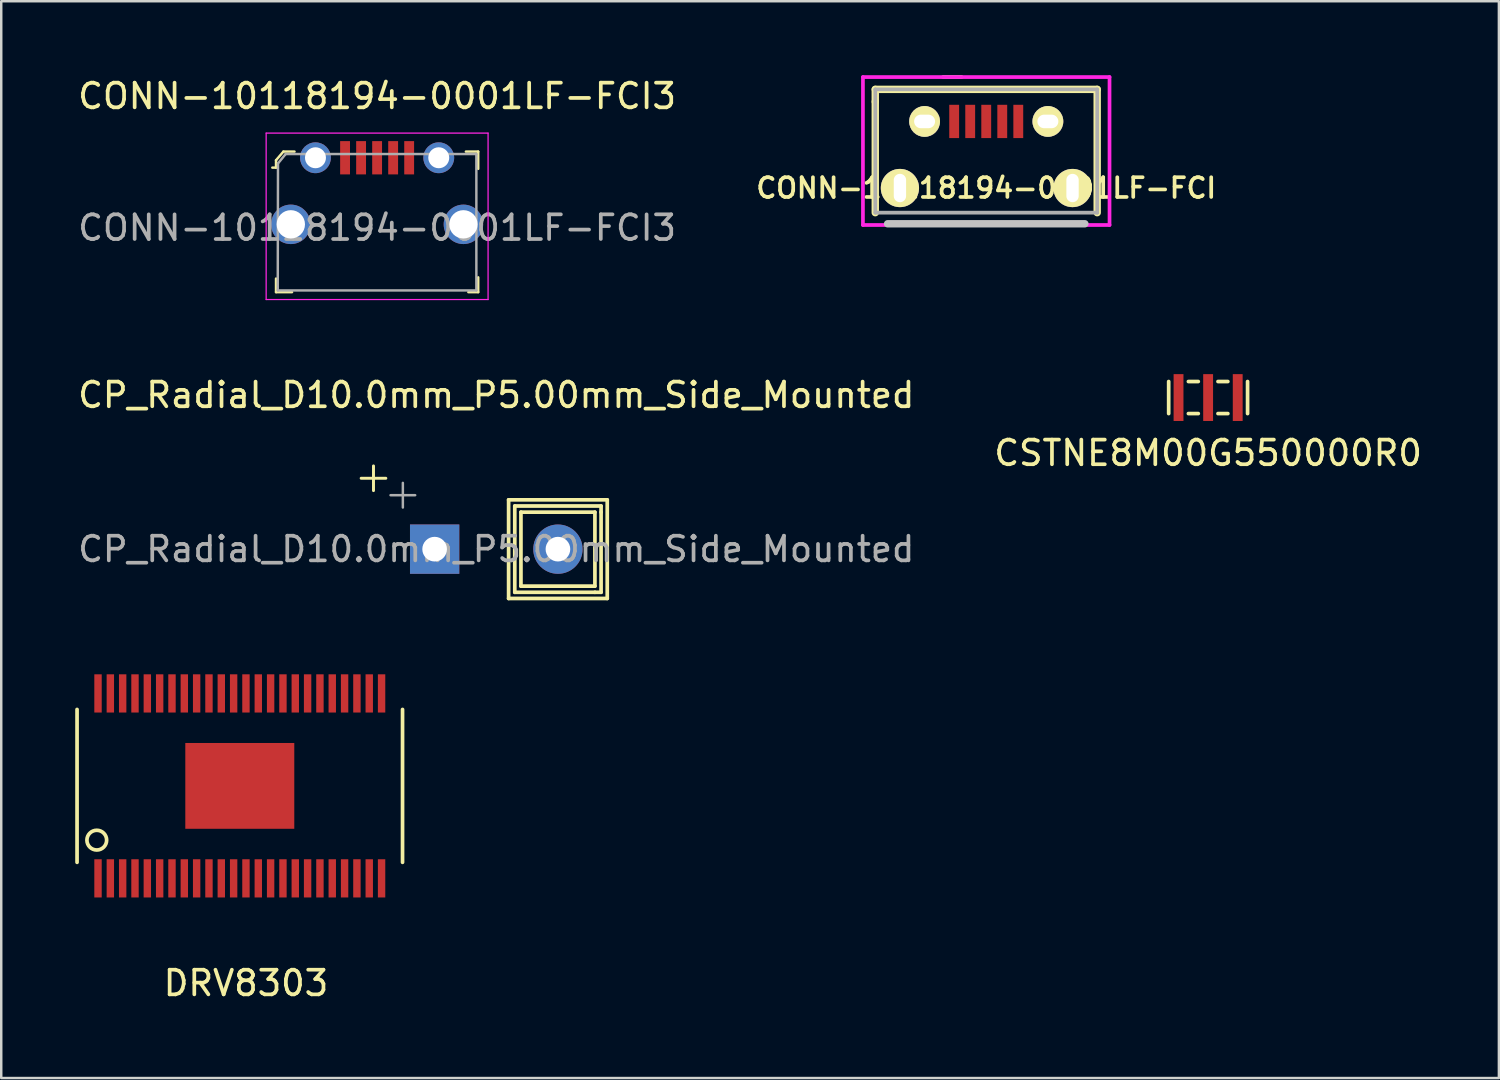
<source format=kicad_pcb>
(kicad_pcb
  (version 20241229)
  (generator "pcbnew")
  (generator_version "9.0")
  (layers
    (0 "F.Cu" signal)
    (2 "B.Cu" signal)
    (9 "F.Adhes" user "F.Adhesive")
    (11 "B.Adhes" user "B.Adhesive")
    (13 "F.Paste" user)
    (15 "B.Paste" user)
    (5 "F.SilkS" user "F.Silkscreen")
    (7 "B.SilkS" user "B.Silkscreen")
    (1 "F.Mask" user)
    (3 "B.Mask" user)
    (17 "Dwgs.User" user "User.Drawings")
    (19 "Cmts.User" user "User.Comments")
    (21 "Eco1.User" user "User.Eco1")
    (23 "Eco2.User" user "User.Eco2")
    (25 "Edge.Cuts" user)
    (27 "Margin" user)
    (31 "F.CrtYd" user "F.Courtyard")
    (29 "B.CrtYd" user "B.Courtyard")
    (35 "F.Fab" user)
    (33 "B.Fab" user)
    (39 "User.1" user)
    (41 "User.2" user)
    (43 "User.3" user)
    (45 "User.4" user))
  (footprint "CONN-10118194-0001LF-FCI"
    (layer "F.Cu")
    (at 36.947 4.575)
    (property "Reference" "CONN-10118194-0001LF-FCI" (at 0 0 0) (layer "F.SilkS") (effects (font (size 0.8 0.8) (thickness 0.15))))
    (attr smd)
    (fp_line (start -4.5 -4) (end 4.5 -4) (stroke (width 0.3) (type solid)) (layer "F.SilkS"))
    (fp_line (start -4.5 -3.5) (end -4.5 -4) (stroke (width 0.3) (type solid)) (layer "F.SilkS"))
    (fp_line (start -4.5 1) (end -4.5 -3.5) (stroke (width 0.3) (type solid)) (layer "F.SilkS"))
    (fp_line (start -1.75 -4.5) (end -1 -4.5) (stroke (width 0.15) (type solid)) (layer "F.SilkS"))
    (fp_line (start 4.5 -4) (end 4.5 1) (stroke (width 0.3) (type solid)) (layer "F.SilkS"))
    (fp_line (start -4 1.45) (end 4 1.45) (stroke (width 0.3) (type solid)) (layer "Dwgs.User"))
    (fp_line (start -5 -4.5) (end 5 -4.5) (stroke (width 0.15) (type solid)) (layer "F.CrtYd"))
    (fp_line (start -5 1.5) (end -5 -4.5) (stroke (width 0.15) (type solid)) (layer "F.CrtYd"))
    (fp_line (start 5 -4.5) (end 5 1.5) (stroke (width 0.15) (type solid)) (layer "F.CrtYd"))
    (fp_line (start 5 1.5) (end -5 1.5) (stroke (width 0.15) (type solid)) (layer "F.CrtYd"))
    (fp_line (start -4.5 -4) (end -4.5 1) (stroke (width 0.15) (type solid)) (layer "F.Fab"))
    (fp_line (start -4.5 1) (end 4.5 1) (stroke (width 0.15) (type solid)) (layer "F.Fab"))
    (fp_line (start 4.5 -4) (end -4.5 -4) (stroke (width 0.15) (type solid)) (layer "F.Fab"))
    (fp_line (start 4.5 1) (end 4.5 -4) (stroke (width 0.15) (type solid)) (layer "F.Fab"))
    (pad "1" smd rect (at -1.3 -2.7) (size 0.4 1.35) (layers "F.Cu" "F.Mask" "F.Paste"))
    (pad "2" smd rect (at -0.65 -2.7) (size 0.4 1.35) (layers "F.Cu" "F.Mask" "F.Paste"))
    (pad "3" smd rect (at 0 -2.7) (size 0.4 1.35) (layers "F.Cu" "F.Mask" "F.Paste"))
    (pad "4" smd rect (at 0.65 -2.7) (size 0.4 1.35) (layers "F.Cu" "F.Mask" "F.Paste"))
    (pad "5" smd rect (at 1.3 -2.7) (size 0.4 1.35) (layers "F.Cu" "F.Mask" "F.Paste"))
    (pad "SH" thru_hole oval (at -3.5 0) (size 1.55 1.55) (drill oval 0.5 1.15) (layers "*.Cu" "*.Mask" "F.SilkS"))
    (pad "SH" thru_hole oval (at -2.5 -2.7) (size 1.25 1.25) (drill oval 0.85 0.55) (layers "*.Cu" "*.Mask" "F.SilkS"))
    (pad "SH" thru_hole oval (at 2.5 -2.7) (size 1.25 1.25) (drill oval 0.85 0.55) (layers "*.Cu" "*.Mask" "F.SilkS"))
    (pad "SH" thru_hole oval (at 3.5 0) (size 1.55 1.55) (drill oval 0.5 1.15) (layers "*.Cu" "*.Mask" "F.SilkS")))
  (footprint "CP_Radial_D10.0mm_P5.00mm_Side_Mounted"
    (layer "F.Cu")
    (at 14.577 19.221)
    (property "Reference" "CP_Radial_D10.0mm_P5.00mm_Side_Mounted" (at 2.5 -6.25 0) (layer "F.SilkS") (effects (font (size 1 1) (thickness 0.15))))
    (attr through_hole)
    (fp_line (start -2.98 -2.875) (end -1.98 -2.875) (stroke (width 0.12) (type solid)) (layer "F.SilkS"))
    (fp_line (start -2.48 -3.375) (end -2.48 -2.375) (stroke (width 0.12) (type solid)) (layer "F.SilkS"))
    (fp_line (start 3 -2) (end 3 2) (stroke (width 0.15) (type solid)) (layer "F.SilkS"))
    (fp_line (start 3 2) (end 7 2) (stroke (width 0.15) (type solid)) (layer "F.SilkS"))
    (fp_line (start 3.25 -1.75) (end 3.25 1.75) (stroke (width 0.15) (type solid)) (layer "F.SilkS"))
    (fp_line (start 3.25 1.75) (end 6.5 1.75) (stroke (width 0.15) (type solid)) (layer "F.SilkS"))
    (fp_line (start 3.5 -1.5) (end 6.5 -1.5) (stroke (width 0.15) (type solid)) (layer "F.SilkS"))
    (fp_line (start 3.5 1.5) (end 3.5 -1.5) (stroke (width 0.15) (type solid)) (layer "F.SilkS"))
    (fp_line (start 6.5 -1.5) (end 6.5 1.5) (stroke (width 0.15) (type solid)) (layer "F.SilkS"))
    (fp_line (start 6.5 1.5) (end 3.5 1.5) (stroke (width 0.15) (type solid)) (layer "F.SilkS"))
    (fp_line (start 6.5 1.75) (end 6.75 1.75) (stroke (width 0.15) (type solid)) (layer "F.SilkS"))
    (fp_line (start 6.75 -1.75) (end 3.25 -1.75) (stroke (width 0.15) (type solid)) (layer "F.SilkS"))
    (fp_line (start 6.75 -1.5) (end 6.75 -1.75) (stroke (width 0.15) (type solid)) (layer "F.SilkS"))
    (fp_line (start 6.75 1.75) (end 6.75 -1.5) (stroke (width 0.15) (type solid)) (layer "F.SilkS"))
    (fp_line (start 7 -2) (end 3 -2) (stroke (width 0.15) (type solid)) (layer "F.SilkS"))
    (fp_line (start 7 2) (end 7 -2) (stroke (width 0.15) (type solid)) (layer "F.SilkS"))
    (fp_line (start -1.789 -2.188) (end -0.789 -2.188) (stroke (width 0.1) (type solid)) (layer "F.Fab"))
    (fp_line (start -1.289 -2.688) (end -1.289 -1.688) (stroke (width 0.1) (type solid)) (layer "F.Fab"))
    (fp_text user "${REFERENCE}" (at 2.5 0 0) (layer "F.Fab") (effects (font (size 1 1) (thickness 0.15))))
    (pad "1" thru_hole rect (at 0 0) (size 2 2) (drill 1) (layers "*.Cu" "*.Mask"))
    (pad "2" thru_hole circle (at 5 0) (size 2 2) (drill 1) (layers "*.Cu" "*.Mask")))
  (footprint "CSTNE8M00G550000R0"
    (layer "F.Cu")
    (at 45.946 13.073)
    (property "Reference" "CSTNE8M00G550000R0" (at 0 2.25 0) (layer "F.SilkS") (effects (font (size 1 1) (thickness 0.15))))
    (attr through_hole)
    (fp_line (start -1.6 -0.65) (end -1.6 0.65) (stroke (width 0.15) (type solid)) (layer "F.SilkS"))
    (fp_line (start -0.8 -0.65) (end -0.4 -0.65) (stroke (width 0.15) (type solid)) (layer "F.SilkS"))
    (fp_line (start -0.8 0.65) (end -0.4 0.65) (stroke (width 0.15) (type solid)) (layer "F.SilkS"))
    (fp_line (start 0.4 -0.65) (end 0.8 -0.65) (stroke (width 0.15) (type solid)) (layer "F.SilkS"))
    (fp_line (start 0.4 0.65) (end 0.8 0.65) (stroke (width 0.15) (type solid)) (layer "F.SilkS"))
    (fp_line (start 1.6 -0.65) (end 1.6 0.65) (stroke (width 0.15) (type solid)) (layer "F.SilkS"))
    (pad "1" smd rect (at -1.2 0) (size 0.4 1.9) (layers "F.Cu" "F.Mask" "F.Paste"))
    (pad "2" smd rect (at 0 0) (size 0.4 1.9) (layers "F.Cu" "F.Mask" "F.Paste"))
    (pad "3" smd rect (at 1.2 0) (size 0.4 1.9) (layers "F.Cu" "F.Mask" "F.Paste")))
  (footprint "DRV8303"
    (layer "F.Cu")
    (at 6.675 28.822)
    (property "Reference" "DRV8303" (at 0.25 8 0) (layer "F.SilkS") (effects (font (size 1 1) (thickness 0.15))))
    (attr through_hole)
    (fp_line (start -6.6 -3.1) (end -6.6 3.1) (stroke (width 0.15) (type solid)) (layer "F.SilkS"))
    (fp_line (start 6.6 -3.1) (end 6.6 3.1) (stroke (width 0.15) (type solid)) (layer "F.SilkS"))
    (fp_circle (center -5.8 2.2) (end -5.8 1.8) (stroke (width 0.15) (type solid)) (fill no) (layer "F.SilkS"))
    (pad "1" smd rect (at -5.75 3.75) (size 0.3 1.55) (layers "F.Cu" "F.Mask" "F.Paste"))
    (pad "2" smd rect (at -5.25 3.75) (size 0.3 1.55) (layers "F.Cu" "F.Mask" "F.Paste"))
    (pad "3" smd rect (at -4.75 3.75) (size 0.3 1.55) (layers "F.Cu" "F.Mask" "F.Paste"))
    (pad "4" smd rect (at -4.25 3.75) (size 0.3 1.55) (layers "F.Cu" "F.Mask" "F.Paste"))
    (pad "5" smd rect (at -3.75 3.75) (size 0.3 1.55) (layers "F.Cu" "F.Mask" "F.Paste"))
    (pad "6" smd rect (at -3.25 3.75) (size 0.3 1.55) (layers "F.Cu" "F.Mask" "F.Paste"))
    (pad "7" smd rect (at -2.75 3.75) (size 0.3 1.55) (layers "F.Cu" "F.Mask" "F.Paste"))
    (pad "8" smd rect (at -2.25 3.75) (size 0.3 1.55) (layers "F.Cu" "F.Mask" "F.Paste"))
    (pad "9" smd rect (at -1.75 3.75) (size 0.3 1.55) (layers "F.Cu" "F.Mask" "F.Paste"))
    (pad "10" smd rect (at -1.25 3.75) (size 0.3 1.55) (layers "F.Cu" "F.Mask" "F.Paste"))
    (pad "11" smd rect (at -0.75 3.75) (size 0.3 1.55) (layers "F.Cu" "F.Mask" "F.Paste"))
    (pad "12" smd rect (at -0.25 3.75) (size 0.3 1.55) (layers "F.Cu" "F.Mask" "F.Paste"))
    (pad "13" smd rect (at 0.25 3.75) (size 0.3 1.55) (layers "F.Cu" "F.Mask" "F.Paste"))
    (pad "14" smd rect (at 0.75 3.75) (size 0.3 1.55) (layers "F.Cu" "F.Mask" "F.Paste"))
    (pad "15" smd rect (at 1.25 3.75) (size 0.3 1.55) (layers "F.Cu" "F.Mask" "F.Paste"))
    (pad "16" smd rect (at 1.75 3.75) (size 0.3 1.55) (layers "F.Cu" "F.Mask" "F.Paste"))
    (pad "17" smd rect (at 2.25 3.75) (size 0.3 1.55) (layers "F.Cu" "F.Mask" "F.Paste"))
    (pad "18" smd rect (at 2.75 3.75) (size 0.3 1.55) (layers "F.Cu" "F.Mask" "F.Paste"))
    (pad "19" smd rect (at 3.25 3.75) (size 0.3 1.55) (layers "F.Cu" "F.Mask" "F.Paste"))
    (pad "20" smd rect (at 3.75 3.75) (size 0.3 1.55) (layers "F.Cu" "F.Mask" "F.Paste"))
    (pad "21" smd rect (at 4.25 3.75) (size 0.3 1.55) (layers "F.Cu" "F.Mask" "F.Paste"))
    (pad "22" smd rect (at 4.75 3.75) (size 0.3 1.55) (layers "F.Cu" "F.Mask" "F.Paste"))
    (pad "23" smd rect (at 5.25 3.75) (size 0.3 1.55) (layers "F.Cu" "F.Mask" "F.Paste"))
    (pad "24" smd rect (at 5.75 3.75) (size 0.3 1.55) (layers "F.Cu" "F.Mask" "F.Paste"))
    (pad "25" smd rect (at 5.75 -3.75) (size 0.3 1.55) (layers "F.Cu" "F.Mask" "F.Paste"))
    (pad "26" smd rect (at 5.25 -3.75) (size 0.3 1.55) (layers "F.Cu" "F.Mask" "F.Paste"))
    (pad "27" smd rect (at 4.75 -3.75) (size 0.3 1.55) (layers "F.Cu" "F.Mask" "F.Paste"))
    (pad "28" smd rect (at 4.25 -3.75) (size 0.3 1.55) (layers "F.Cu" "F.Mask" "F.Paste"))
    (pad "29" smd rect (at 3.75 -3.75) (size 0.3 1.55) (layers "F.Cu" "F.Mask" "F.Paste"))
    (pad "30" smd rect (at 3.25 -3.75) (size 0.3 1.55) (layers "F.Cu" "F.Mask" "F.Paste"))
    (pad "31" smd rect (at 2.75 -3.75) (size 0.3 1.55) (layers "F.Cu" "F.Mask" "F.Paste"))
    (pad "32" smd rect (at 2.25 -3.75) (size 0.3 1.55) (layers "F.Cu" "F.Mask" "F.Paste"))
    (pad "33" smd rect (at 1.75 -3.75) (size 0.3 1.55) (layers "F.Cu" "F.Mask" "F.Paste"))
    (pad "34" smd rect (at 1.25 -3.75) (size 0.3 1.55) (layers "F.Cu" "F.Mask" "F.Paste"))
    (pad "35" smd rect (at 0.75 -3.75) (size 0.3 1.55) (layers "F.Cu" "F.Mask" "F.Paste"))
    (pad "36" smd rect (at 0.25 -3.75) (size 0.3 1.55) (layers "F.Cu" "F.Mask" "F.Paste"))
    (pad "37" smd rect (at -0.25 -3.75) (size 0.3 1.55) (layers "F.Cu" "F.Mask" "F.Paste"))
    (pad "38" smd rect (at -0.75 -3.75) (size 0.3 1.55) (layers "F.Cu" "F.Mask" "F.Paste"))
    (pad "39" smd rect (at -1.25 -3.75) (size 0.3 1.55) (layers "F.Cu" "F.Mask" "F.Paste"))
    (pad "40" smd rect (at -1.75 -3.75) (size 0.3 1.55) (layers "F.Cu" "F.Mask" "F.Paste"))
    (pad "41" smd rect (at -2.25 -3.75) (size 0.3 1.55) (layers "F.Cu" "F.Mask" "F.Paste"))
    (pad "42" smd rect (at -2.75 -3.75) (size 0.3 1.55) (layers "F.Cu" "F.Mask" "F.Paste"))
    (pad "43" smd rect (at -3.25 -3.75) (size 0.3 1.55) (layers "F.Cu" "F.Mask" "F.Paste"))
    (pad "44" smd rect (at -3.75 -3.75) (size 0.3 1.55) (layers "F.Cu" "F.Mask" "F.Paste"))
    (pad "45" smd rect (at -4.25 -3.75) (size 0.3 1.55) (layers "F.Cu" "F.Mask" "F.Paste"))
    (pad "46" smd rect (at -4.75 -3.75) (size 0.3 1.55) (layers "F.Cu" "F.Mask" "F.Paste"))
    (pad "47" smd rect (at -5.25 -3.75) (size 0.3 1.55) (layers "F.Cu" "F.Mask" "F.Paste"))
    (pad "48" smd rect (at -5.75 -3.75) (size 0.3 1.55) (layers "F.Cu" "F.Mask" "F.Paste"))
    (pad "48" smd rect (at 0 0) (size 4.42 3.48) (layers "F.Cu" "F.Mask" "F.Paste")))
  (footprint "CONN-10118194-0001LF-FCI3"
    (layer "F.Cu")
    (at 12.244 3.348)
    (property "Reference" "CONN-10118194-0001LF-FCI3" (at 0 -2.5 0) (layer "F.SilkS") (effects (font (size 1 1) (thickness 0.15))))
    (attr through_hole)
    (fp_line (start -4.1 0.1) (end -4.1 0.4) (stroke (width 0.1) (type solid)) (layer "F.SilkS"))
    (fp_line (start -4.1 0.4) (end -4.25 0.4) (stroke (width 0.1) (type solid)) (layer "F.SilkS"))
    (fp_line (start -4.1 4.9) (end -4.1 5.45) (stroke (width 0.1) (type solid)) (layer "F.SilkS"))
    (fp_line (start -4.1 5.45) (end -3.45 5.45) (stroke (width 0.1) (type solid)) (layer "F.SilkS"))
    (fp_line (start -3.8 -0.25) (end -4.1 0.1) (stroke (width 0.1) (type solid)) (layer "F.SilkS"))
    (fp_line (start -3.35 -0.25) (end -3.8 -0.25) (stroke (width 0.1) (type solid)) (layer "F.SilkS"))
    (fp_line (start 3.6 -0.25) (end 4.1 -0.25) (stroke (width 0.1) (type solid)) (layer "F.SilkS"))
    (fp_line (start 4.1 -0.25) (end 4.1 0.45) (stroke (width 0.1) (type solid)) (layer "F.SilkS"))
    (fp_line (start 4.1 4.85) (end 4.1 5.45) (stroke (width 0.1) (type solid)) (layer "F.SilkS"))
    (fp_line (start 4.1 5.45) (end 3.7 5.45) (stroke (width 0.1) (type solid)) (layer "F.SilkS"))
    (fp_line (start -4.5 -1) (end 4.5 -1) (stroke (width 0.05) (type solid)) (layer "F.CrtYd"))
    (fp_line (start -4.5 5.75) (end -4.5 -1) (stroke (width 0.05) (type solid)) (layer "F.CrtYd"))
    (fp_line (start -4.5 5.75) (end 4.5 5.75) (stroke (width 0.05) (type solid)) (layer "F.CrtYd"))
    (fp_line (start 4.5 5.75) (end 4.5 -1) (stroke (width 0.05) (type solid)) (layer "F.CrtYd"))
    (fp_line (start -4.03 5.38) (end -4.02 0.23) (stroke (width 0.1) (type solid)) (layer "F.Fab"))
    (fp_line (start -4.025 5.38) (end 4.025 5.38) (stroke (width 0.1) (type solid)) (layer "F.Fab"))
    (fp_line (start -4.02 0.23) (end -3.71 -0.15) (stroke (width 0.1) (type solid)) (layer "F.Fab"))
    (fp_line (start 4.02 -0.15) (end -3.71 -0.15) (stroke (width 0.1) (type solid)) (layer "F.Fab"))
    (fp_line (start 4.025 5.38) (end 4.025 -0.15) (stroke (width 0.1) (type solid)) (layer "F.Fab"))
    (fp_text user "${REFERENCE}" (at 0 2.84 0) (layer "F.Fab") (effects (font (size 1 1) (thickness 0.15))))
    (pad "1" smd rect (at -1.3 0) (size 0.4 1.35) (layers "F.Cu" "F.Mask" "F.Paste"))
    (pad "2" smd rect (at -0.65 0) (size 0.4 1.35) (layers "F.Cu" "F.Mask" "F.Paste"))
    (pad "3" smd rect (at 0 0) (size 0.4 1.35) (layers "F.Cu" "F.Mask" "F.Paste"))
    (pad "4" smd rect (at 0.65 0) (size 0.4 1.35) (layers "F.Cu" "F.Mask" "F.Paste"))
    (pad "5" smd rect (at 1.3 0) (size 0.4 1.35) (layers "F.Cu" "F.Mask" "F.Paste"))
    (pad "6" thru_hole circle (at -3.5 2.7) (size 1.6 1.6) (drill 1.15) (layers "*.Cu" "*.Mask"))
    (pad "6" thru_hole circle (at -2.5 0) (size 1.25 1.25) (drill 0.85) (layers "*.Cu" "*.Mask"))
    (pad "6" thru_hole circle (at 2.5 0) (size 1.25 1.25) (drill 0.85) (layers "*.Cu" "*.Mask"))
    (pad "6" thru_hole circle (at 3.5 2.7) (size 1.6 1.6) (drill 1.15) (layers "*.Cu" "*.Mask")))
  (gr_rect
    (start -3 -3)
    (end 57.738 40.67)
    (stroke (width 0.1) (type default))
    (fill no)
    (layer "Edge.Cuts")))
</source>
